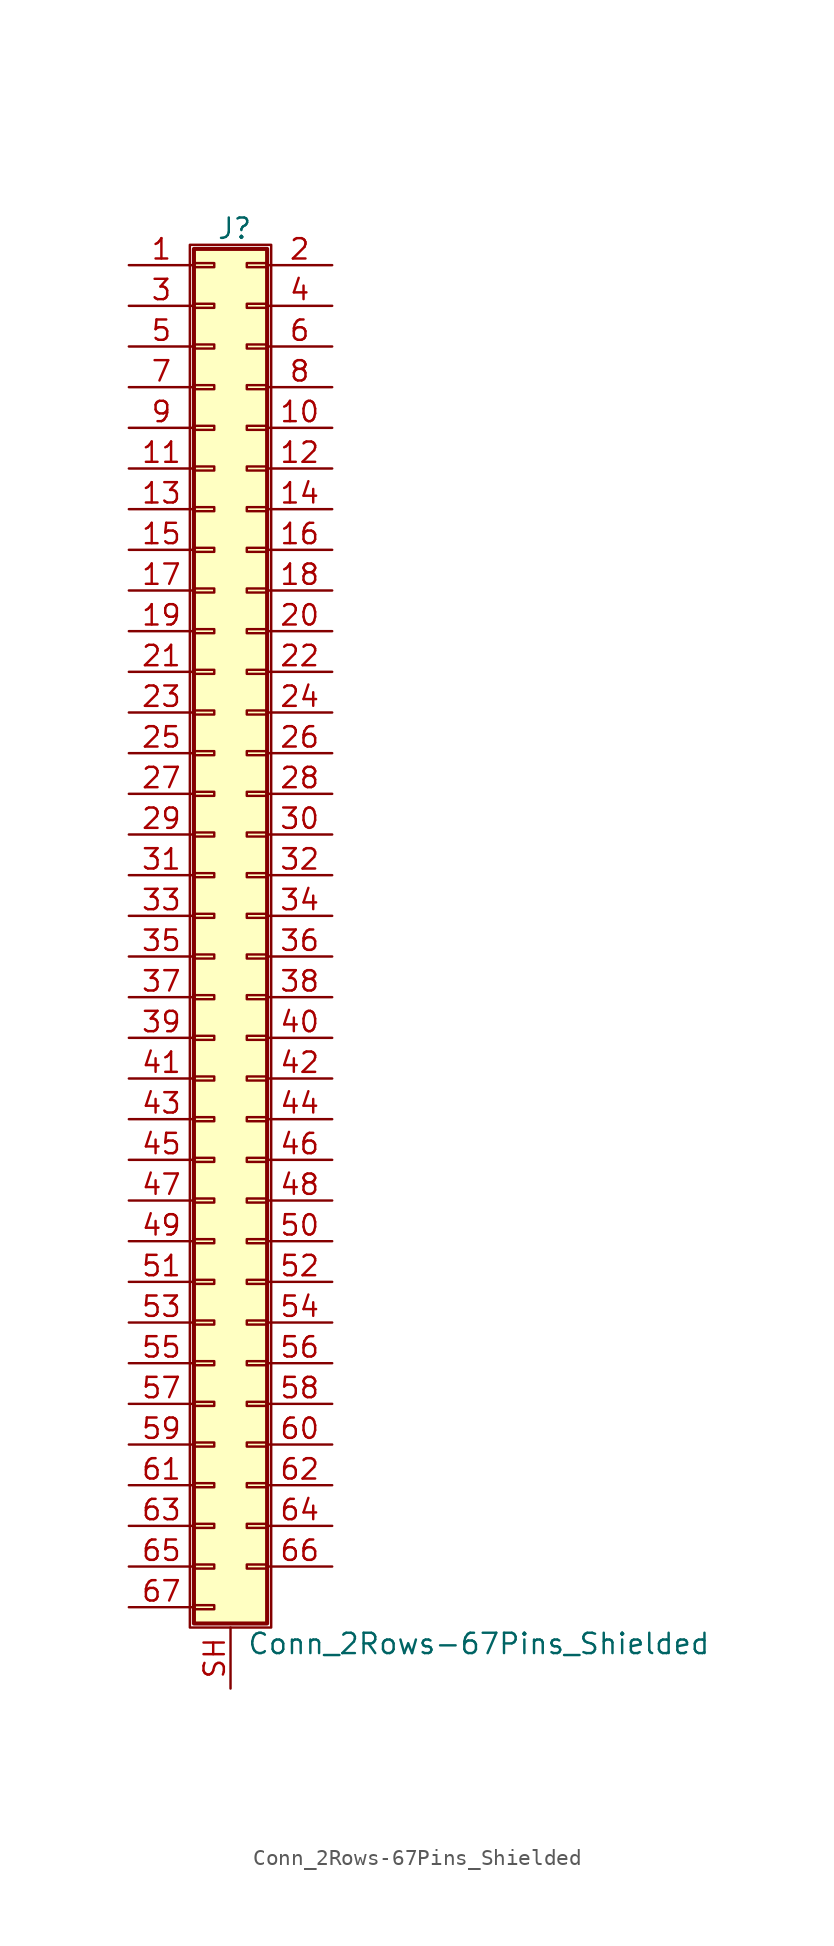
<source format=kicad_sym>
(kicad_symbol_lib
  (version 20211014)
  (generator kicad_symbol_editor)
  (symbol "Conn_2Rows-67Pins_Shielded"
    (pin_names
      (offset 1.016) hide)
    (property "Reference" "J"
      (at 1.524 42.926 0)
      (effects (font (size 1.27 1.27))))
    (property "Value" "Conn_2Rows-67Pins_Shielded"
      (at 2.286 -45.466 0)
      (effects (font (size 1.27 1.27)) (justify left)))
    (symbol "Conn_2Rows-67Pins_Shielded_1_1"
      (rectangle (start -1.27 41.91) (end 3.81 -44.45) (stroke (width 0.152) (type default) (color 0 0 0 0)) (fill (type none)))
      (rectangle (start -1.016 -43.053) (end 0.254 -43.307) (stroke (width 0.152) (type default) (color 0 0 0 0)) (fill (type none)))
      (rectangle (start -1.016 -40.513) (end 0.254 -40.767) (stroke (width 0.152) (type default) (color 0 0 0 0)) (fill (type none)))
      (rectangle (start -1.016 -37.973) (end 0.254 -38.227) (stroke (width 0.152) (type default) (color 0 0 0 0)) (fill (type none)))
      (rectangle (start -1.016 -35.433) (end 0.254 -35.687) (stroke (width 0.152) (type default) (color 0 0 0 0)) (fill (type none)))
      (rectangle (start -1.016 -32.893) (end 0.254 -33.147) (stroke (width 0.152) (type default) (color 0 0 0 0)) (fill (type none)))
      (rectangle (start -1.016 -30.353) (end 0.254 -30.607) (stroke (width 0.152) (type default) (color 0 0 0 0)) (fill (type none)))
      (rectangle (start -1.016 -27.813) (end 0.254 -28.067) (stroke (width 0.152) (type default) (color 0 0 0 0)) (fill (type none)))
      (rectangle (start -1.016 -25.273) (end 0.254 -25.527) (stroke (width 0.152) (type default) (color 0 0 0 0)) (fill (type none)))
      (rectangle (start -1.016 -22.733) (end 0.254 -22.987) (stroke (width 0.152) (type default) (color 0 0 0 0)) (fill (type none)))
      (rectangle (start -1.016 -20.193) (end 0.254 -20.447) (stroke (width 0.152) (type default) (color 0 0 0 0)) (fill (type none)))
      (rectangle (start -1.016 -17.653) (end 0.254 -17.907) (stroke (width 0.152) (type default) (color 0 0 0 0)) (fill (type none)))
      (rectangle (start -1.016 -15.113) (end 0.254 -15.367) (stroke (width 0.152) (type default) (color 0 0 0 0)) (fill (type none)))
      (rectangle (start -1.016 -12.573) (end 0.254 -12.827) (stroke (width 0.152) (type default) (color 0 0 0 0)) (fill (type none)))
      (rectangle (start -1.016 -10.033) (end 0.254 -10.287) (stroke (width 0.152) (type default) (color 0 0 0 0)) (fill (type none)))
      (rectangle (start -1.016 -7.493) (end 0.254 -7.747) (stroke (width 0.152) (type default) (color 0 0 0 0)) (fill (type none)))
      (rectangle (start -1.016 -4.953) (end 0.254 -5.207) (stroke (width 0.152) (type default) (color 0 0 0 0)) (fill (type none)))
      (rectangle (start -1.016 -2.413) (end 0.254 -2.667) (stroke (width 0.152) (type default) (color 0 0 0 0)) (fill (type none)))
      (rectangle (start -1.016 0.127) (end 0.254 -0.127) (stroke (width 0.152) (type default) (color 0 0 0 0)) (fill (type none)))
      (rectangle (start -1.016 2.667) (end 0.254 2.413) (stroke (width 0.152) (type default) (color 0 0 0 0)) (fill (type none)))
      (rectangle (start -1.016 5.207) (end 0.254 4.953) (stroke (width 0.152) (type default) (color 0 0 0 0)) (fill (type none)))
      (rectangle (start -1.016 7.747) (end 0.254 7.493) (stroke (width 0.152) (type default) (color 0 0 0 0)) (fill (type none)))
      (rectangle (start -1.016 10.287) (end 0.254 10.033) (stroke (width 0.152) (type default) (color 0 0 0 0)) (fill (type none)))
      (rectangle (start -1.016 12.827) (end 0.254 12.573) (stroke (width 0.152) (type default) (color 0 0 0 0)) (fill (type none)))
      (rectangle (start -1.016 15.367) (end 0.254 15.113) (stroke (width 0.152) (type default) (color 0 0 0 0)) (fill (type none)))
      (rectangle (start -1.016 17.907) (end 0.254 17.653) (stroke (width 0.152) (type default) (color 0 0 0 0)) (fill (type none)))
      (rectangle (start -1.016 20.447) (end 0.254 20.193) (stroke (width 0.152) (type default) (color 0 0 0 0)) (fill (type none)))
      (rectangle (start -1.016 22.987) (end 0.254 22.733) (stroke (width 0.152) (type default) (color 0 0 0 0)) (fill (type none)))
      (rectangle (start -1.016 25.527) (end 0.254 25.273) (stroke (width 0.152) (type default) (color 0 0 0 0)) (fill (type none)))
      (rectangle (start -1.016 28.067) (end 0.254 27.813) (stroke (width 0.152) (type default) (color 0 0 0 0)) (fill (type none)))
      (rectangle (start -1.016 30.607) (end 0.254 30.353) (stroke (width 0.152) (type default) (color 0 0 0 0)) (fill (type none)))
      (rectangle (start -1.016 33.147) (end 0.254 32.893) (stroke (width 0.152) (type default) (color 0 0 0 0)) (fill (type none)))
      (rectangle (start -1.016 35.687) (end 0.254 35.433) (stroke (width 0.152) (type default) (color 0 0 0 0)) (fill (type none)))
      (rectangle (start -1.016 38.227) (end 0.254 37.973) (stroke (width 0.152) (type default) (color 0 0 0 0)) (fill (type none)))
      (rectangle (start -1.016 40.767) (end 0.254 40.513) (stroke (width 0.152) (type default) (color 0 0 0 0)) (fill (type none)))
      (rectangle (start -1.016 41.656) (end 3.556 -44.196) (stroke (width 0.254) (type default) (color 0 0 0 0)) (fill (type background)))
      (rectangle (start 3.556 -40.513) (end 2.286 -40.767) (stroke (width 0.152) (type default) (color 0 0 0 0)) (fill (type none)))
      (rectangle (start 3.556 -37.973) (end 2.286 -38.227) (stroke (width 0.152) (type default) (color 0 0 0 0)) (fill (type none)))
      (rectangle (start 3.556 -35.433) (end 2.286 -35.687) (stroke (width 0.152) (type default) (color 0 0 0 0)) (fill (type none)))
      (rectangle (start 3.556 -32.893) (end 2.286 -33.147) (stroke (width 0.152) (type default) (color 0 0 0 0)) (fill (type none)))
      (rectangle (start 3.556 -30.353) (end 2.286 -30.607) (stroke (width 0.152) (type default) (color 0 0 0 0)) (fill (type none)))
      (rectangle (start 3.556 -27.813) (end 2.286 -28.067) (stroke (width 0.152) (type default) (color 0 0 0 0)) (fill (type none)))
      (rectangle (start 3.556 -25.273) (end 2.286 -25.527) (stroke (width 0.152) (type default) (color 0 0 0 0)) (fill (type none)))
      (rectangle (start 3.556 -22.733) (end 2.286 -22.987) (stroke (width 0.152) (type default) (color 0 0 0 0)) (fill (type none)))
      (rectangle (start 3.556 -20.193) (end 2.286 -20.447) (stroke (width 0.152) (type default) (color 0 0 0 0)) (fill (type none)))
      (rectangle (start 3.556 -17.653) (end 2.286 -17.907) (stroke (width 0.152) (type default) (color 0 0 0 0)) (fill (type none)))
      (rectangle (start 3.556 -15.113) (end 2.286 -15.367) (stroke (width 0.152) (type default) (color 0 0 0 0)) (fill (type none)))
      (rectangle (start 3.556 -12.573) (end 2.286 -12.827) (stroke (width 0.152) (type default) (color 0 0 0 0)) (fill (type none)))
      (rectangle (start 3.556 -10.033) (end 2.286 -10.287) (stroke (width 0.152) (type default) (color 0 0 0 0)) (fill (type none)))
      (rectangle (start 3.556 -7.493) (end 2.286 -7.747) (stroke (width 0.152) (type default) (color 0 0 0 0)) (fill (type none)))
      (rectangle (start 3.556 -4.953) (end 2.286 -5.207) (stroke (width 0.152) (type default) (color 0 0 0 0)) (fill (type none)))
      (rectangle (start 3.556 -2.413) (end 2.286 -2.667) (stroke (width 0.152) (type default) (color 0 0 0 0)) (fill (type none)))
      (rectangle (start 3.556 0.127) (end 2.286 -0.127) (stroke (width 0.152) (type default) (color 0 0 0 0)) (fill (type none)))
      (rectangle (start 3.556 2.667) (end 2.286 2.413) (stroke (width 0.152) (type default) (color 0 0 0 0)) (fill (type none)))
      (rectangle (start 3.556 5.207) (end 2.286 4.953) (stroke (width 0.152) (type default) (color 0 0 0 0)) (fill (type none)))
      (rectangle (start 3.556 7.747) (end 2.286 7.493) (stroke (width 0.152) (type default) (color 0 0 0 0)) (fill (type none)))
      (rectangle (start 3.556 10.287) (end 2.286 10.033) (stroke (width 0.152) (type default) (color 0 0 0 0)) (fill (type none)))
      (rectangle (start 3.556 12.827) (end 2.286 12.573) (stroke (width 0.152) (type default) (color 0 0 0 0)) (fill (type none)))
      (rectangle (start 3.556 15.367) (end 2.286 15.113) (stroke (width 0.152) (type default) (color 0 0 0 0)) (fill (type none)))
      (rectangle (start 3.556 17.907) (end 2.286 17.653) (stroke (width 0.152) (type default) (color 0 0 0 0)) (fill (type none)))
      (rectangle (start 3.556 20.447) (end 2.286 20.193) (stroke (width 0.152) (type default) (color 0 0 0 0)) (fill (type none)))
      (rectangle (start 3.556 22.987) (end 2.286 22.733) (stroke (width 0.152) (type default) (color 0 0 0 0)) (fill (type none)))
      (rectangle (start 3.556 25.527) (end 2.286 25.273) (stroke (width 0.152) (type default) (color 0 0 0 0)) (fill (type none)))
      (rectangle (start 3.556 28.067) (end 2.286 27.813) (stroke (width 0.152) (type default) (color 0 0 0 0)) (fill (type none)))
      (rectangle (start 3.556 30.607) (end 2.286 30.353) (stroke (width 0.152) (type default) (color 0 0 0 0)) (fill (type none)))
      (rectangle (start 3.556 33.147) (end 2.286 32.893) (stroke (width 0.152) (type default) (color 0 0 0 0)) (fill (type none)))
      (rectangle (start 3.556 35.687) (end 2.286 35.433) (stroke (width 0.152) (type default) (color 0 0 0 0)) (fill (type none)))
      (rectangle (start 3.556 38.227) (end 2.286 37.973) (stroke (width 0.152) (type default) (color 0 0 0 0)) (fill (type none)))
      (rectangle (start 3.556 40.767) (end 2.286 40.513) (stroke (width 0.152) (type default) (color 0 0 0 0)) (fill (type none)))
      (pin passive line (at -5.08 40.64 0) (length 4.064) (name "Pin_1" (effects (font (size 1.27 1.27)))) (number "1" (effects (font (size 1.27 1.27)))))
      (pin passive line (at 7.62 30.48 180) (length 4.064) (name "Pin_10" (effects (font (size 1.27 1.27)))) (number "10" (effects (font (size 1.27 1.27)))))
      (pin passive line (at -5.08 27.94 0) (length 4.064) (name "Pin_11" (effects (font (size 1.27 1.27)))) (number "11" (effects (font (size 1.27 1.27)))))
      (pin passive line (at 7.62 27.94 180) (length 4.064) (name "Pin_12" (effects (font (size 1.27 1.27)))) (number "12" (effects (font (size 1.27 1.27)))))
      (pin passive line (at -5.08 25.4 0) (length 4.064) (name "Pin_13" (effects (font (size 1.27 1.27)))) (number "13" (effects (font (size 1.27 1.27)))))
      (pin passive line (at 7.62 25.4 180) (length 4.064) (name "Pin_14" (effects (font (size 1.27 1.27)))) (number "14" (effects (font (size 1.27 1.27)))))
      (pin passive line (at -5.08 22.86 0) (length 4.064) (name "Pin_15" (effects (font (size 1.27 1.27)))) (number "15" (effects (font (size 1.27 1.27)))))
      (pin passive line (at 7.62 22.86 180) (length 4.064) (name "Pin_16" (effects (font (size 1.27 1.27)))) (number "16" (effects (font (size 1.27 1.27)))))
      (pin passive line (at -5.08 20.32 0) (length 4.064) (name "Pin_17" (effects (font (size 1.27 1.27)))) (number "17" (effects (font (size 1.27 1.27)))))
      (pin passive line (at 7.62 20.32 180) (length 4.064) (name "Pin_18" (effects (font (size 1.27 1.27)))) (number "18" (effects (font (size 1.27 1.27)))))
      (pin passive line (at -5.08 17.78 0) (length 4.064) (name "Pin_19" (effects (font (size 1.27 1.27)))) (number "19" (effects (font (size 1.27 1.27)))))
      (pin passive line (at 7.62 40.64 180) (length 4.064) (name "Pin_2" (effects (font (size 1.27 1.27)))) (number "2" (effects (font (size 1.27 1.27)))))
      (pin passive line (at 7.62 17.78 180) (length 4.064) (name "Pin_20" (effects (font (size 1.27 1.27)))) (number "20" (effects (font (size 1.27 1.27)))))
      (pin passive line (at -5.08 15.24 0) (length 4.064) (name "Pin_21" (effects (font (size 1.27 1.27)))) (number "21" (effects (font (size 1.27 1.27)))))
      (pin passive line (at 7.62 15.24 180) (length 4.064) (name "Pin_22" (effects (font (size 1.27 1.27)))) (number "22" (effects (font (size 1.27 1.27)))))
      (pin passive line (at -5.08 12.7 0) (length 4.064) (name "Pin_23" (effects (font (size 1.27 1.27)))) (number "23" (effects (font (size 1.27 1.27)))))
      (pin passive line (at 7.62 12.7 180) (length 4.064) (name "Pin_24" (effects (font (size 1.27 1.27)))) (number "24" (effects (font (size 1.27 1.27)))))
      (pin passive line (at -5.08 10.16 0) (length 4.064) (name "Pin_25" (effects (font (size 1.27 1.27)))) (number "25" (effects (font (size 1.27 1.27)))))
      (pin passive line (at 7.62 10.16 180) (length 4.064) (name "Pin_26" (effects (font (size 1.27 1.27)))) (number "26" (effects (font (size 1.27 1.27)))))
      (pin passive line (at -5.08 7.62 0) (length 4.064) (name "Pin_27" (effects (font (size 1.27 1.27)))) (number "27" (effects (font (size 1.27 1.27)))))
      (pin passive line (at 7.62 7.62 180) (length 4.064) (name "Pin_28" (effects (font (size 1.27 1.27)))) (number "28" (effects (font (size 1.27 1.27)))))
      (pin passive line (at -5.08 5.08 0) (length 4.064) (name "Pin_29" (effects (font (size 1.27 1.27)))) (number "29" (effects (font (size 1.27 1.27)))))
      (pin passive line (at -5.08 38.1 0) (length 4.064) (name "Pin_3" (effects (font (size 1.27 1.27)))) (number "3" (effects (font (size 1.27 1.27)))))
      (pin passive line (at 7.62 5.08 180) (length 4.064) (name "Pin_30" (effects (font (size 1.27 1.27)))) (number "30" (effects (font (size 1.27 1.27)))))
      (pin passive line (at -5.08 2.54 0) (length 4.064) (name "Pin_31" (effects (font (size 1.27 1.27)))) (number "31" (effects (font (size 1.27 1.27)))))
      (pin passive line (at 7.62 2.54 180) (length 4.064) (name "Pin_32" (effects (font (size 1.27 1.27)))) (number "32" (effects (font (size 1.27 1.27)))))
      (pin passive line (at -5.08 0 0) (length 4.064) (name "Pin_33" (effects (font (size 1.27 1.27)))) (number "33" (effects (font (size 1.27 1.27)))))
      (pin passive line (at 7.62 0 180) (length 4.064) (name "Pin_34" (effects (font (size 1.27 1.27)))) (number "34" (effects (font (size 1.27 1.27)))))
      (pin passive line (at -5.08 -2.54 0) (length 4.064) (name "Pin_35" (effects (font (size 1.27 1.27)))) (number "35" (effects (font (size 1.27 1.27)))))
      (pin passive line (at 7.62 -2.54 180) (length 4.064) (name "Pin_36" (effects (font (size 1.27 1.27)))) (number "36" (effects (font (size 1.27 1.27)))))
      (pin passive line (at -5.08 -5.08 0) (length 4.064) (name "Pin_37" (effects (font (size 1.27 1.27)))) (number "37" (effects (font (size 1.27 1.27)))))
      (pin passive line (at 7.62 -5.08 180) (length 4.064) (name "Pin_38" (effects (font (size 1.27 1.27)))) (number "38" (effects (font (size 1.27 1.27)))))
      (pin passive line (at -5.08 -7.62 0) (length 4.064) (name "Pin_39" (effects (font (size 1.27 1.27)))) (number "39" (effects (font (size 1.27 1.27)))))
      (pin passive line (at 7.62 38.1 180) (length 4.064) (name "Pin_4" (effects (font (size 1.27 1.27)))) (number "4" (effects (font (size 1.27 1.27)))))
      (pin passive line (at 7.62 -7.62 180) (length 4.064) (name "Pin_40" (effects (font (size 1.27 1.27)))) (number "40" (effects (font (size 1.27 1.27)))))
      (pin passive line (at -5.08 -10.16 0) (length 4.064) (name "Pin_41" (effects (font (size 1.27 1.27)))) (number "41" (effects (font (size 1.27 1.27)))))
      (pin passive line (at 7.62 -10.16 180) (length 4.064) (name "Pin_42" (effects (font (size 1.27 1.27)))) (number "42" (effects (font (size 1.27 1.27)))))
      (pin passive line (at -5.08 -12.7 0) (length 4.064) (name "Pin_43" (effects (font (size 1.27 1.27)))) (number "43" (effects (font (size 1.27 1.27)))))
      (pin passive line (at 7.62 -12.7 180) (length 4.064) (name "Pin_44" (effects (font (size 1.27 1.27)))) (number "44" (effects (font (size 1.27 1.27)))))
      (pin passive line (at -5.08 -15.24 0) (length 4.064) (name "Pin_45" (effects (font (size 1.27 1.27)))) (number "45" (effects (font (size 1.27 1.27)))))
      (pin passive line (at 7.62 -15.24 180) (length 4.064) (name "Pin_46" (effects (font (size 1.27 1.27)))) (number "46" (effects (font (size 1.27 1.27)))))
      (pin passive line (at -5.08 -17.78 0) (length 4.064) (name "Pin_47" (effects (font (size 1.27 1.27)))) (number "47" (effects (font (size 1.27 1.27)))))
      (pin passive line (at 7.62 -17.78 180) (length 4.064) (name "Pin_48" (effects (font (size 1.27 1.27)))) (number "48" (effects (font (size 1.27 1.27)))))
      (pin passive line (at -5.08 -20.32 0) (length 4.064) (name "Pin_49" (effects (font (size 1.27 1.27)))) (number "49" (effects (font (size 1.27 1.27)))))
      (pin passive line (at -5.08 35.56 0) (length 4.064) (name "Pin_5" (effects (font (size 1.27 1.27)))) (number "5" (effects (font (size 1.27 1.27)))))
      (pin passive line (at 7.62 -20.32 180) (length 4.064) (name "Pin_50" (effects (font (size 1.27 1.27)))) (number "50" (effects (font (size 1.27 1.27)))))
      (pin passive line (at -5.08 -22.86 0) (length 4.064) (name "Pin_51" (effects (font (size 1.27 1.27)))) (number "51" (effects (font (size 1.27 1.27)))))
      (pin passive line (at 7.62 -22.86 180) (length 4.064) (name "Pin_52" (effects (font (size 1.27 1.27)))) (number "52" (effects (font (size 1.27 1.27)))))
      (pin passive line (at -5.08 -25.4 0) (length 4.064) (name "Pin_53" (effects (font (size 1.27 1.27)))) (number "53" (effects (font (size 1.27 1.27)))))
      (pin passive line (at 7.62 -25.4 180) (length 4.064) (name "Pin_54" (effects (font (size 1.27 1.27)))) (number "54" (effects (font (size 1.27 1.27)))))
      (pin passive line (at -5.08 -27.94 0) (length 4.064) (name "Pin_55" (effects (font (size 1.27 1.27)))) (number "55" (effects (font (size 1.27 1.27)))))
      (pin passive line (at 7.62 -27.94 180) (length 4.064) (name "Pin_56" (effects (font (size 1.27 1.27)))) (number "56" (effects (font (size 1.27 1.27)))))
      (pin passive line (at -5.08 -30.48 0) (length 4.064) (name "Pin_57" (effects (font (size 1.27 1.27)))) (number "57" (effects (font (size 1.27 1.27)))))
      (pin passive line (at 7.62 -30.48 180) (length 4.064) (name "Pin_58" (effects (font (size 1.27 1.27)))) (number "58" (effects (font (size 1.27 1.27)))))
      (pin passive line (at -5.08 -33.02 0) (length 4.064) (name "Pin_59" (effects (font (size 1.27 1.27)))) (number "59" (effects (font (size 1.27 1.27)))))
      (pin passive line (at 7.62 35.56 180) (length 4.064) (name "Pin_6" (effects (font (size 1.27 1.27)))) (number "6" (effects (font (size 1.27 1.27)))))
      (pin passive line (at 7.62 -33.02 180) (length 4.064) (name "Pin_60" (effects (font (size 1.27 1.27)))) (number "60" (effects (font (size 1.27 1.27)))))
      (pin passive line (at -5.08 -35.56 0) (length 4.064) (name "Pin_61" (effects (font (size 1.27 1.27)))) (number "61" (effects (font (size 1.27 1.27)))))
      (pin passive line (at 7.62 -35.56 180) (length 4.064) (name "Pin_62" (effects (font (size 1.27 1.27)))) (number "62" (effects (font (size 1.27 1.27)))))
      (pin passive line (at -5.08 -38.1 0) (length 4.064) (name "Pin_63" (effects (font (size 1.27 1.27)))) (number "63" (effects (font (size 1.27 1.27)))))
      (pin passive line (at 7.62 -38.1 180) (length 4.064) (name "Pin_64" (effects (font (size 1.27 1.27)))) (number "64" (effects (font (size 1.27 1.27)))))
      (pin passive line (at -5.08 -40.64 0) (length 4.064) (name "Pin_65" (effects (font (size 1.27 1.27)))) (number "65" (effects (font (size 1.27 1.27)))))
      (pin passive line (at 7.62 -40.64 180) (length 4.064) (name "Pin_66" (effects (font (size 1.27 1.27)))) (number "66" (effects (font (size 1.27 1.27)))))
      (pin passive line (at -5.08 -43.18 0) (length 4.064) (name "Pin_67" (effects (font (size 1.27 1.27)))) (number "67" (effects (font (size 1.27 1.27)))))
      (pin passive line (at -5.08 33.02 0) (length 4.064) (name "Pin_7" (effects (font (size 1.27 1.27)))) (number "7" (effects (font (size 1.27 1.27)))))
      (pin passive line (at 7.62 33.02 180) (length 4.064) (name "Pin_8" (effects (font (size 1.27 1.27)))) (number "8" (effects (font (size 1.27 1.27)))))
      (pin passive line (at -5.08 30.48 0) (length 4.064) (name "Pin_9" (effects (font (size 1.27 1.27)))) (number "9" (effects (font (size 1.27 1.27)))))
      (pin passive line (at 1.27 -48.26 90) (length 3.81) (name "Shield" (effects (font (size 1.27 1.27)))) (number "SH" (effects (font (size 1.27 1.27))))))))
</source>
